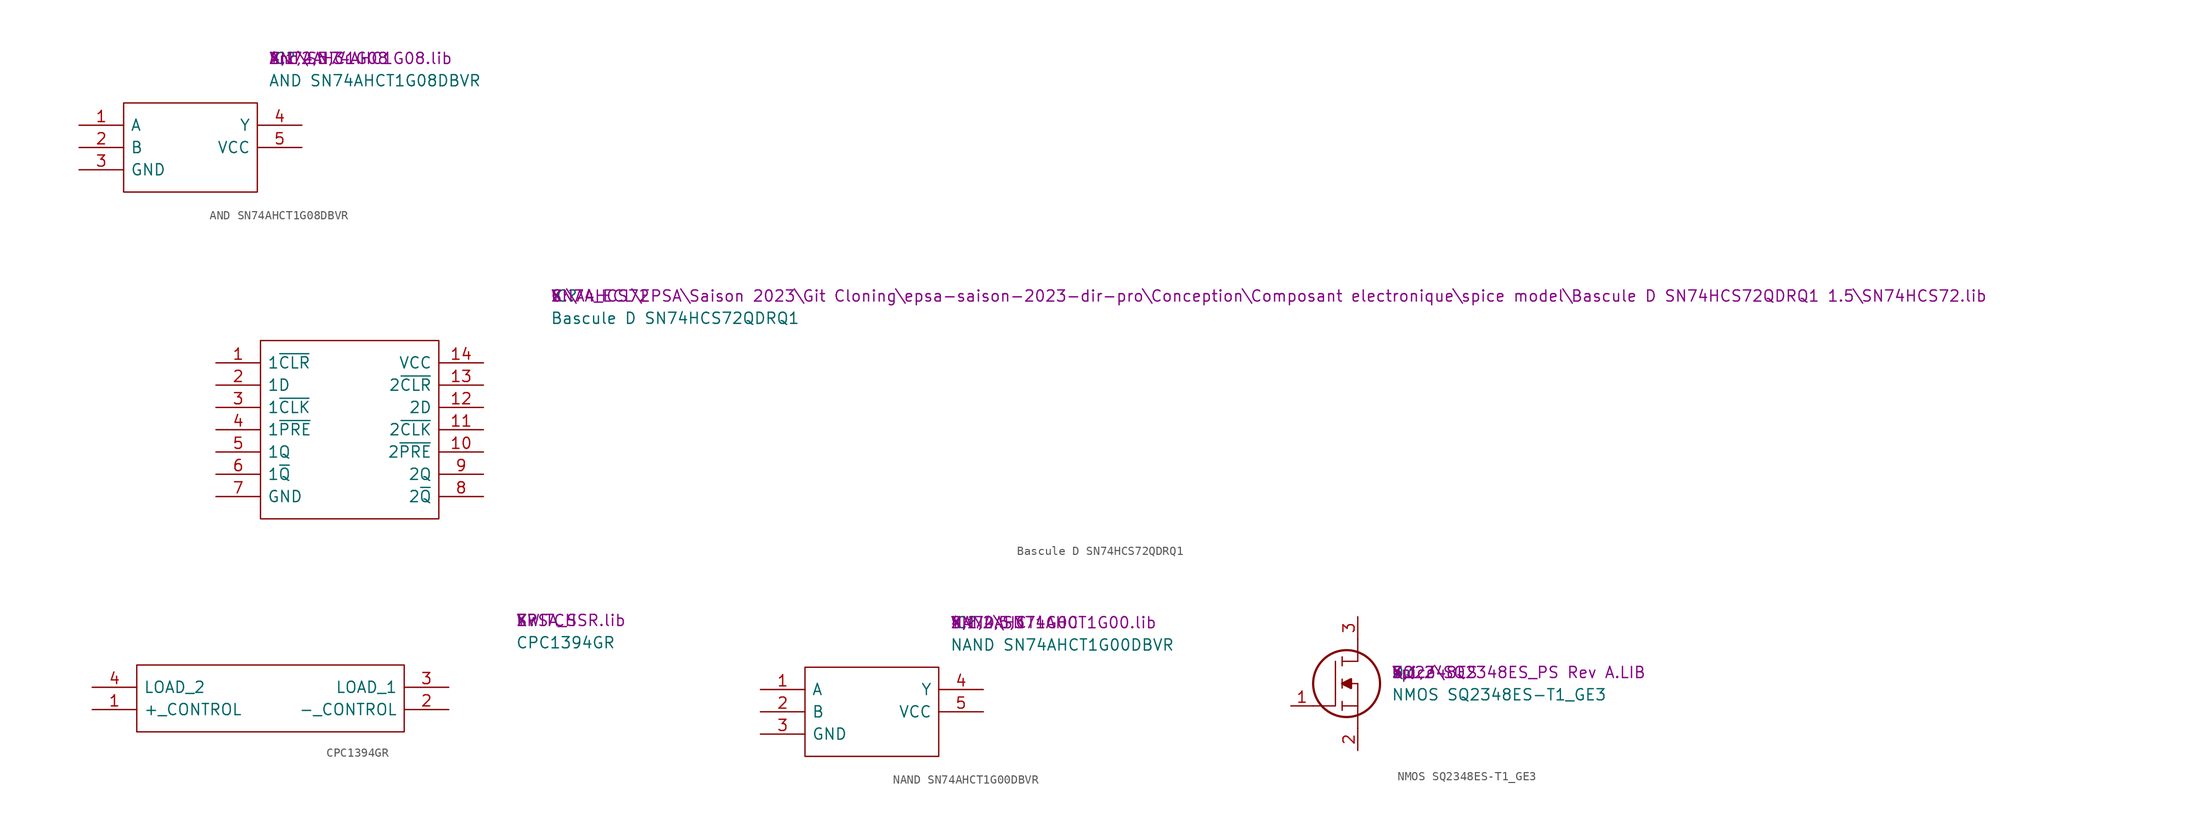
<source format=kicad_sym>
(kicad_symbol_lib
  (version 20211014)
  (generator kicad_symbol_editor)
  (symbol "AND SN74AHCT1G08DBVR"
    (pin_names
      (offset 0.762))
    (property "Reference" "IC"
      (at 21.59 7.62 0)
      (effects (font (size 1.27 1.27)) (justify left)))
    (property "Value" "AND SN74AHCT1G08DBVR"
      (at 21.59 5.08 0)
      (effects (font (size 1.27 1.27)) (justify left)))
    (property "Spice_Primitive" "X"
      (at 21.59 7.62 0)
      (effects (font (size 1.27 1.27)) (justify left)))
    (property "Spice_Model" "SN74AHC1G08"
      (at 21.59 7.62 0)
      (effects (font (size 1.27 1.27)) (justify left)))
    (property "Spice_Netlist_Enabled" "Y"
      (at 21.59 7.62 0)
      (effects (font (size 1.27 1.27)) (justify left)))
    (property "Spice_Lib_File" "And\\SN74AHC1G08.lib"
      (at 21.59 7.62 0)
      (effects (font (size 1.27 1.27)) (justify left)))
    (property "Spice_Node_Sequence" "4,1,2,5,3"
      (at 21.59 7.62 0)
      (effects (font (size 1.27 1.27)) (justify left)))
    (symbol "AND SN74AHCT1G08DBVR_0_0"
      (pin passive line (at 0 0 0) (length 5.08) (name "A" (effects (font (size 1.27 1.27)))) (number "1" (effects (font (size 1.27 1.27)))))
      (pin passive line (at 0 -2.54 0) (length 5.08) (name "B" (effects (font (size 1.27 1.27)))) (number "2" (effects (font (size 1.27 1.27)))))
      (pin passive line (at 0 -5.08 0) (length 5.08) (name "GND" (effects (font (size 1.27 1.27)))) (number "3" (effects (font (size 1.27 1.27)))))
      (pin passive line (at 25.4 0 180) (length 5.08) (name "Y" (effects (font (size 1.27 1.27)))) (number "4" (effects (font (size 1.27 1.27)))))
      (pin passive line (at 25.4 -2.54 180) (length 5.08) (name "VCC" (effects (font (size 1.27 1.27)))) (number "5" (effects (font (size 1.27 1.27))))))
    (symbol "AND SN74AHCT1G08DBVR_0_1"
      (polyline (pts (xy 5.08 2.54) (xy 20.32 2.54) (xy 20.32 -7.62) (xy 5.08 -7.62) (xy 5.08 2.54)) (stroke (width 0.152) (type default) (color 0 0 0 0)) (fill (type none)))))
  (symbol "Bascule D SN74HCS72QDRQ1"
    (pin_names
      (offset 0.762))
    (property "Reference" "IC"
      (at 38.1 7.62 0)
      (effects (font (size 1.27 1.27)) (justify left)))
    (property "Value" "Bascule D SN74HCS72QDRQ1"
      (at 38.1 5.08 0)
      (effects (font (size 1.27 1.27)) (justify left)))
    (property "Spice_Primitive" "X"
      (at 38.1 7.62 0)
      (effects (font (size 1.27 1.27)) (justify left)))
    (property "Spice_Model" "SN74HCS72"
      (at 38.1 7.62 0)
      (effects (font (size 1.27 1.27)) (justify left)))
    (property "Spice_Netlist_Enabled" "Y"
      (at 38.1 7.62 0)
      (effects (font (size 1.27 1.27)) (justify left)))
    (property "Spice_Lib_File" "C:\\AA_ECL\\EPSA\\Saison 2023\\Git Cloning\\epsa-saison-2023-dir-pro\\Conception\\Composant electronique\\spice model\\Bascule D SN74HCS72QDRQ1 1.5\\SN74HCS72.lib"
      (at 38.1 7.62 0)
      (effects (font (size 1.27 1.27)) (justify left)))
    (symbol "Bascule D SN74HCS72QDRQ1_0_0"
      (pin passive line (at 0 0 0) (length 5.08) (name "1~{CLR}" (effects (font (size 1.27 1.27)))) (number "1" (effects (font (size 1.27 1.27)))))
      (pin passive line (at 30.48 -10.16 180) (length 5.08) (name "2~{PRE}" (effects (font (size 1.27 1.27)))) (number "10" (effects (font (size 1.27 1.27)))))
      (pin passive line (at 30.48 -7.62 180) (length 5.08) (name "2~{CLK}" (effects (font (size 1.27 1.27)))) (number "11" (effects (font (size 1.27 1.27)))))
      (pin passive line (at 30.48 -5.08 180) (length 5.08) (name "2D" (effects (font (size 1.27 1.27)))) (number "12" (effects (font (size 1.27 1.27)))))
      (pin passive line (at 30.48 -2.54 180) (length 5.08) (name "2~{CLR}" (effects (font (size 1.27 1.27)))) (number "13" (effects (font (size 1.27 1.27)))))
      (pin passive line (at 30.48 0 180) (length 5.08) (name "VCC" (effects (font (size 1.27 1.27)))) (number "14" (effects (font (size 1.27 1.27)))))
      (pin passive line (at 0 -2.54 0) (length 5.08) (name "1D" (effects (font (size 1.27 1.27)))) (number "2" (effects (font (size 1.27 1.27)))))
      (pin passive line (at 0 -5.08 0) (length 5.08) (name "1~{CLK}" (effects (font (size 1.27 1.27)))) (number "3" (effects (font (size 1.27 1.27)))))
      (pin passive line (at 0 -7.62 0) (length 5.08) (name "1~{PRE}" (effects (font (size 1.27 1.27)))) (number "4" (effects (font (size 1.27 1.27)))))
      (pin passive line (at 0 -10.16 0) (length 5.08) (name "1Q" (effects (font (size 1.27 1.27)))) (number "5" (effects (font (size 1.27 1.27)))))
      (pin passive line (at 0 -12.7 0) (length 5.08) (name "1~{Q}" (effects (font (size 1.27 1.27)))) (number "6" (effects (font (size 1.27 1.27)))))
      (pin passive line (at 0 -15.24 0) (length 5.08) (name "GND" (effects (font (size 1.27 1.27)))) (number "7" (effects (font (size 1.27 1.27)))))
      (pin passive line (at 30.48 -15.24 180) (length 5.08) (name "2~{Q}" (effects (font (size 1.27 1.27)))) (number "8" (effects (font (size 1.27 1.27)))))
      (pin passive line (at 30.48 -12.7 180) (length 5.08) (name "2Q" (effects (font (size 1.27 1.27)))) (number "9" (effects (font (size 1.27 1.27))))))
    (symbol "Bascule D SN74HCS72QDRQ1_0_1"
      (polyline (pts (xy 5.08 2.54) (xy 25.4 2.54) (xy 25.4 -17.78) (xy 5.08 -17.78) (xy 5.08 2.54)) (stroke (width 0.152) (type default) (color 0 0 0 0)) (fill (type none)))))
  (symbol "CPC1394GR"
    (pin_names
      (offset 0.762))
    (property "Reference" "K"
      (at 48.26 7.62 0)
      (effects (font (size 1.27 1.27)) (justify left)))
    (property "Value" "CPC1394GR"
      (at 48.26 5.08 0)
      (effects (font (size 1.27 1.27)) (justify left)))
    (property "Spice_Primitive" "X"
      (at 48.26 7.62 0)
      (effects (font (size 1.27 1.27)) (justify left)))
    (property "Spice_Model" "SWITCH"
      (at 48.26 7.62 0)
      (effects (font (size 1.27 1.27)) (justify left)))
    (property "Spice_Netlist_Enabled" "Y"
      (at 48.26 7.62 0)
      (effects (font (size 1.27 1.27)) (justify left)))
    (property "Spice_Lib_File" "EPSA_SSR.lib"
      (at 48.26 7.62 0)
      (effects (font (size 1.27 1.27)) (justify left)))
    (symbol "CPC1394GR_0_0"
      (pin passive line (at 0 -2.54 0) (length 5.08) (name "+_CONTROL" (effects (font (size 1.27 1.27)))) (number "1" (effects (font (size 1.27 1.27)))))
      (pin passive line (at 40.64 -2.54 180) (length 5.08) (name "-_CONTROL" (effects (font (size 1.27 1.27)))) (number "2" (effects (font (size 1.27 1.27)))))
      (pin passive line (at 40.64 0 180) (length 5.08) (name "LOAD_1" (effects (font (size 1.27 1.27)))) (number "3" (effects (font (size 1.27 1.27)))))
      (pin passive line (at 0 0 0) (length 5.08) (name "LOAD_2" (effects (font (size 1.27 1.27)))) (number "4" (effects (font (size 1.27 1.27))))))
    (symbol "CPC1394GR_0_1"
      (polyline (pts (xy 5.08 2.54) (xy 35.56 2.54) (xy 35.56 -5.08) (xy 5.08 -5.08) (xy 5.08 2.54)) (stroke (width 0.152) (type default) (color 0 0 0 0)) (fill (type none)))))
  (symbol "NAND SN74AHCT1G00DBVR"
    (pin_names
      (offset 0.762))
    (property "Reference" "IC"
      (at 21.59 7.62 0)
      (effects (font (size 1.27 1.27)) (justify left)))
    (property "Value" "NAND SN74AHCT1G00DBVR"
      (at 21.59 5.08 0)
      (effects (font (size 1.27 1.27)) (justify left)))
    (property "Spice_Primitive" "X"
      (at 21.59 7.62 0)
      (effects (font (size 1.27 1.27)) (justify left)))
    (property "Spice_Model" "SN74AHCT1G00"
      (at 21.59 7.62 0)
      (effects (font (size 1.27 1.27)) (justify left)))
    (property "Spice_Netlist_Enabled" "Y"
      (at 21.59 7.62 0)
      (effects (font (size 1.27 1.27)) (justify left)))
    (property "Spice_Node_Sequence" "4,1,2,5,3"
      (at 21.59 7.62 0)
      (effects (font (size 1.27 1.27)) (justify left)))
    (property "Spice_Lib_File" "NAND\\SN74AHCT1G00.lib"
      (at 21.59 7.62 0)
      (effects (font (size 1.27 1.27)) (justify left)))
    (symbol "NAND SN74AHCT1G00DBVR_0_0"
      (pin passive line (at 0 0 0) (length 5.08) (name "A" (effects (font (size 1.27 1.27)))) (number "1" (effects (font (size 1.27 1.27)))))
      (pin passive line (at 0 -2.54 0) (length 5.08) (name "B" (effects (font (size 1.27 1.27)))) (number "2" (effects (font (size 1.27 1.27)))))
      (pin passive line (at 0 -5.08 0) (length 5.08) (name "GND" (effects (font (size 1.27 1.27)))) (number "3" (effects (font (size 1.27 1.27)))))
      (pin passive line (at 25.4 0 180) (length 5.08) (name "Y" (effects (font (size 1.27 1.27)))) (number "4" (effects (font (size 1.27 1.27)))))
      (pin passive line (at 25.4 -2.54 180) (length 5.08) (name "VCC" (effects (font (size 1.27 1.27)))) (number "5" (effects (font (size 1.27 1.27))))))
    (symbol "NAND SN74AHCT1G00DBVR_0_1"
      (polyline (pts (xy 5.08 2.54) (xy 20.32 2.54) (xy 20.32 -7.62) (xy 5.08 -7.62) (xy 5.08 2.54)) (stroke (width 0.152) (type default) (color 0 0 0 0)) (fill (type none)))))
  (symbol "NMOS SQ2348ES-T1_GE3"
    (pin_names
      (offset 0.762))
    (property "Reference" "Q"
      (at 11.43 3.81 0)
      (effects (font (size 1.27 1.27)) (justify left)))
    (property "Value" "NMOS SQ2348ES-T1_GE3"
      (at 11.43 1.27 0)
      (effects (font (size 1.27 1.27)) (justify left)))
    (property "Spice_Primitive" "X"
      (at 11.43 3.81 0)
      (effects (font (size 1.27 1.27)) (justify left)))
    (property "Spice_Model" "SQ2348ES"
      (at 11.43 3.81 0)
      (effects (font (size 1.27 1.27)) (justify left)))
    (property "Spice_Netlist_Enabled" "Y"
      (at 11.43 3.81 0)
      (effects (font (size 1.27 1.27)) (justify left)))
    (property "Spice_Node_Sequence" "3,1,2"
      (at 11.43 3.81 0)
      (effects (font (size 1.27 1.27)) (justify left)))
    (property "Spice_Lib_File" "spice\\SQ2348ES_PS Rev A.LIB"
      (at 11.43 3.81 0)
      (effects (font (size 1.27 1.27)) (justify left)))
    (symbol "NMOS SQ2348ES-T1_GE3_0_0"
      (pin passive line (at 0 0 0) (length 2.54) (name "~" (effects (font (size 1.27 1.27)))) (number "1" (effects (font (size 1.27 1.27)))))
      (pin passive line (at 7.62 -5.08 90) (length 2.54) (name "~" (effects (font (size 1.27 1.27)))) (number "2" (effects (font (size 1.27 1.27)))))
      (pin passive line (at 7.62 10.16 270) (length 2.54) (name "~" (effects (font (size 1.27 1.27)))) (number "3" (effects (font (size 1.27 1.27))))))
    (symbol "NMOS SQ2348ES-T1_GE3_0_1"
      (polyline (pts (xy 5.842 -0.508) (xy 5.842 0.508)) (stroke (width 0.152) (type default) (color 0 0 0 0)) (fill (type none)))
      (polyline (pts (xy 5.842 0) (xy 7.62 0)) (stroke (width 0.152) (type default) (color 0 0 0 0)) (fill (type none)))
      (polyline (pts (xy 5.842 2.032) (xy 5.842 3.048)) (stroke (width 0.152) (type default) (color 0 0 0 0)) (fill (type none)))
      (polyline (pts (xy 5.842 5.588) (xy 5.842 4.572)) (stroke (width 0.152) (type default) (color 0 0 0 0)) (fill (type none)))
      (polyline (pts (xy 7.62 2.54) (xy 5.842 2.54)) (stroke (width 0.152) (type default) (color 0 0 0 0)) (fill (type none)))
      (polyline (pts (xy 7.62 2.54) (xy 7.62 -2.54)) (stroke (width 0.152) (type default) (color 0 0 0 0)) (fill (type none)))
      (polyline (pts (xy 7.62 5.08) (xy 5.842 5.08)) (stroke (width 0.152) (type default) (color 0 0 0 0)) (fill (type none)))
      (polyline (pts (xy 7.62 5.08) (xy 7.62 7.62)) (stroke (width 0.152) (type default) (color 0 0 0 0)) (fill (type none)))
      (polyline (pts (xy 2.54 0) (xy 5.08 0) (xy 5.08 5.08)) (stroke (width 0.152) (type default) (color 0 0 0 0)) (fill (type none)))
      (polyline (pts (xy 5.842 2.54) (xy 6.858 3.048) (xy 6.858 2.032) (xy 5.842 2.54)) (stroke (width 0.254) (type default) (color 0 0 0 0)) (fill (type outline)))
      (circle (center 6.35 2.54) (radius 3.81) (stroke (width 0.254) (type default) (color 0 0 0 0)) (fill (type none))))))
</source>
